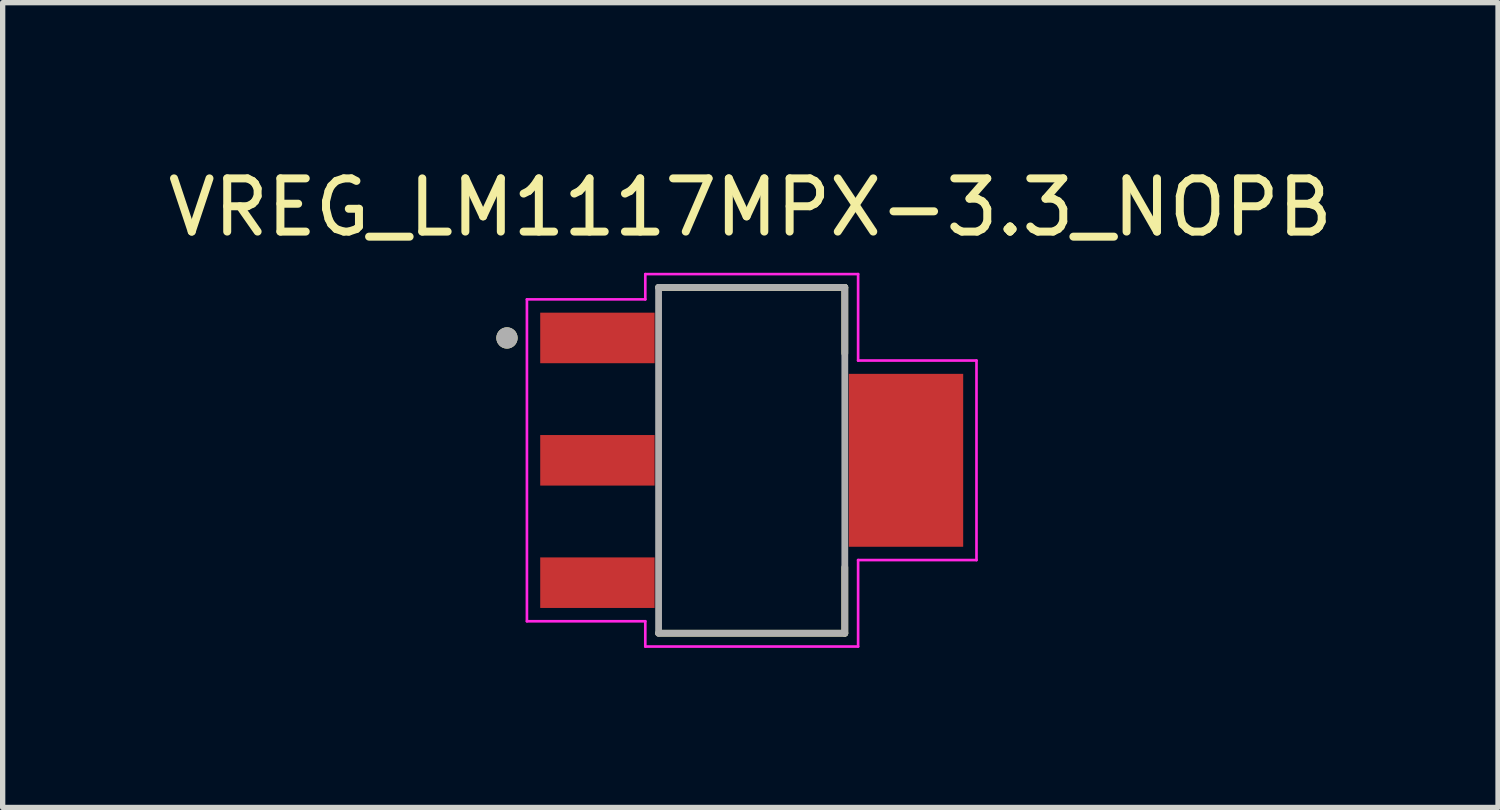
<source format=kicad_pcb>
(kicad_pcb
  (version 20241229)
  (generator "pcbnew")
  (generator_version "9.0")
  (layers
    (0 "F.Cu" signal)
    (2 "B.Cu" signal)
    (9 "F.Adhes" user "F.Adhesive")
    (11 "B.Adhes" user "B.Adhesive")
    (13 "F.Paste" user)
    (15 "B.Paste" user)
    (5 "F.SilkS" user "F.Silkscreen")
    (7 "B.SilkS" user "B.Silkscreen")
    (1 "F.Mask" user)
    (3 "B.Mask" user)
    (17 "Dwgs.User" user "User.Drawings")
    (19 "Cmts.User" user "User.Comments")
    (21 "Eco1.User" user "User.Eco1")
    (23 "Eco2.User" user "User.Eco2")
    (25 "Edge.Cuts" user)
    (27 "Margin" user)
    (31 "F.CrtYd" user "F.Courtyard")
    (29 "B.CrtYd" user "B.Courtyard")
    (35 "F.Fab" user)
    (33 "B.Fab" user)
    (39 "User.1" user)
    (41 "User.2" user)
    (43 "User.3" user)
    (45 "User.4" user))
  (footprint "VREG_LM1117MPX-3.3_NOPB"
    (layer "F.Cu")
    (at 11.079 5.602)
    (property "Reference" "VREG_LM1117MPX-3.3_NOPB" (at -0.025 -4.754 0) (layer "F.SilkS") (effects (font (size 1 1) (thickness 0.15))))
    (attr smd)
    (fp_line (start -1.75 -3.25) (end 1.75 -3.25) (stroke (width 0.127) (type solid)) (layer "F.SilkS"))
    (fp_line (start -1.75 3.25) (end 1.75 3.25) (stroke (width 0.127) (type solid)) (layer "F.SilkS"))
    (fp_line (start 1.75 -3.25) (end 1.75 -2.01) (stroke (width 0.127) (type solid)) (layer "F.SilkS"))
    (fp_line (start 1.75 3.25) (end 1.75 2.01) (stroke (width 0.127) (type solid)) (layer "F.SilkS"))
    (fp_circle (center -4.6 -2.3) (end -4.5 -2.3) (stroke (width 0.2) (type solid)) (fill no) (layer "F.SilkS"))
    (fp_line (start -4.225 -3.025) (end -4.225 3.025) (stroke (width 0.05) (type solid)) (layer "F.CrtYd"))
    (fp_line (start -4.225 3.025) (end -2 3.025) (stroke (width 0.05) (type solid)) (layer "F.CrtYd"))
    (fp_line (start -2 -3.5) (end -2 -3.025) (stroke (width 0.05) (type solid)) (layer "F.CrtYd"))
    (fp_line (start -2 -3.025) (end -4.225 -3.025) (stroke (width 0.05) (type solid)) (layer "F.CrtYd"))
    (fp_line (start -2 3.025) (end -2 3.5) (stroke (width 0.05) (type solid)) (layer "F.CrtYd"))
    (fp_line (start -2 3.5) (end 2 3.5) (stroke (width 0.05) (type solid)) (layer "F.CrtYd"))
    (fp_line (start 2 -3.5) (end -2 -3.5) (stroke (width 0.05) (type solid)) (layer "F.CrtYd"))
    (fp_line (start 2 -1.875) (end 2 -3.5) (stroke (width 0.05) (type solid)) (layer "F.CrtYd"))
    (fp_line (start 2 1.875) (end 4.225 1.875) (stroke (width 0.05) (type solid)) (layer "F.CrtYd"))
    (fp_line (start 2 3.5) (end 2 1.875) (stroke (width 0.05) (type solid)) (layer "F.CrtYd"))
    (fp_line (start 4.225 -1.875) (end 2 -1.875) (stroke (width 0.05) (type solid)) (layer "F.CrtYd"))
    (fp_line (start 4.225 1.875) (end 4.225 -1.875) (stroke (width 0.05) (type solid)) (layer "F.CrtYd"))
    (fp_line (start -1.75 -3.25) (end -1.75 3.25) (stroke (width 0.127) (type solid)) (layer "F.Fab"))
    (fp_line (start 1.75 -3.25) (end -1.75 -3.25) (stroke (width 0.127) (type solid)) (layer "F.Fab"))
    (fp_line (start 1.75 -3.25) (end 1.75 3.25) (stroke (width 0.127) (type solid)) (layer "F.Fab"))
    (fp_line (start 1.75 3.25) (end -1.75 3.25) (stroke (width 0.127) (type solid)) (layer "F.Fab"))
    (fp_circle (center -4.6 -2.3) (end -4.5 -2.3) (stroke (width 0.2) (type solid)) (fill no) (layer "F.Fab"))
    (pad "1" smd rect (at -2.9 -2.3 270) (size 0.95 2.15) (layers "F.Cu" "F.Mask" "F.Paste"))
    (pad "2" smd rect (at -2.9 0 270) (size 0.95 2.15) (layers "F.Cu" "F.Mask" "F.Paste"))
    (pad "3" smd rect (at -2.9 2.3 270) (size 0.95 2.15) (layers "F.Cu" "F.Mask" "F.Paste"))
    (pad "4" smd rect (at 2.9 0 270) (size 3.25 2.15) (layers "F.Cu" "F.Mask" "F.Paste")))
  (gr_rect
    (start -3 -3)
    (end 25.107 12.127)
    (stroke (width 0.1) (type default))
    (fill no)
    (layer "Edge.Cuts")))
</source>
